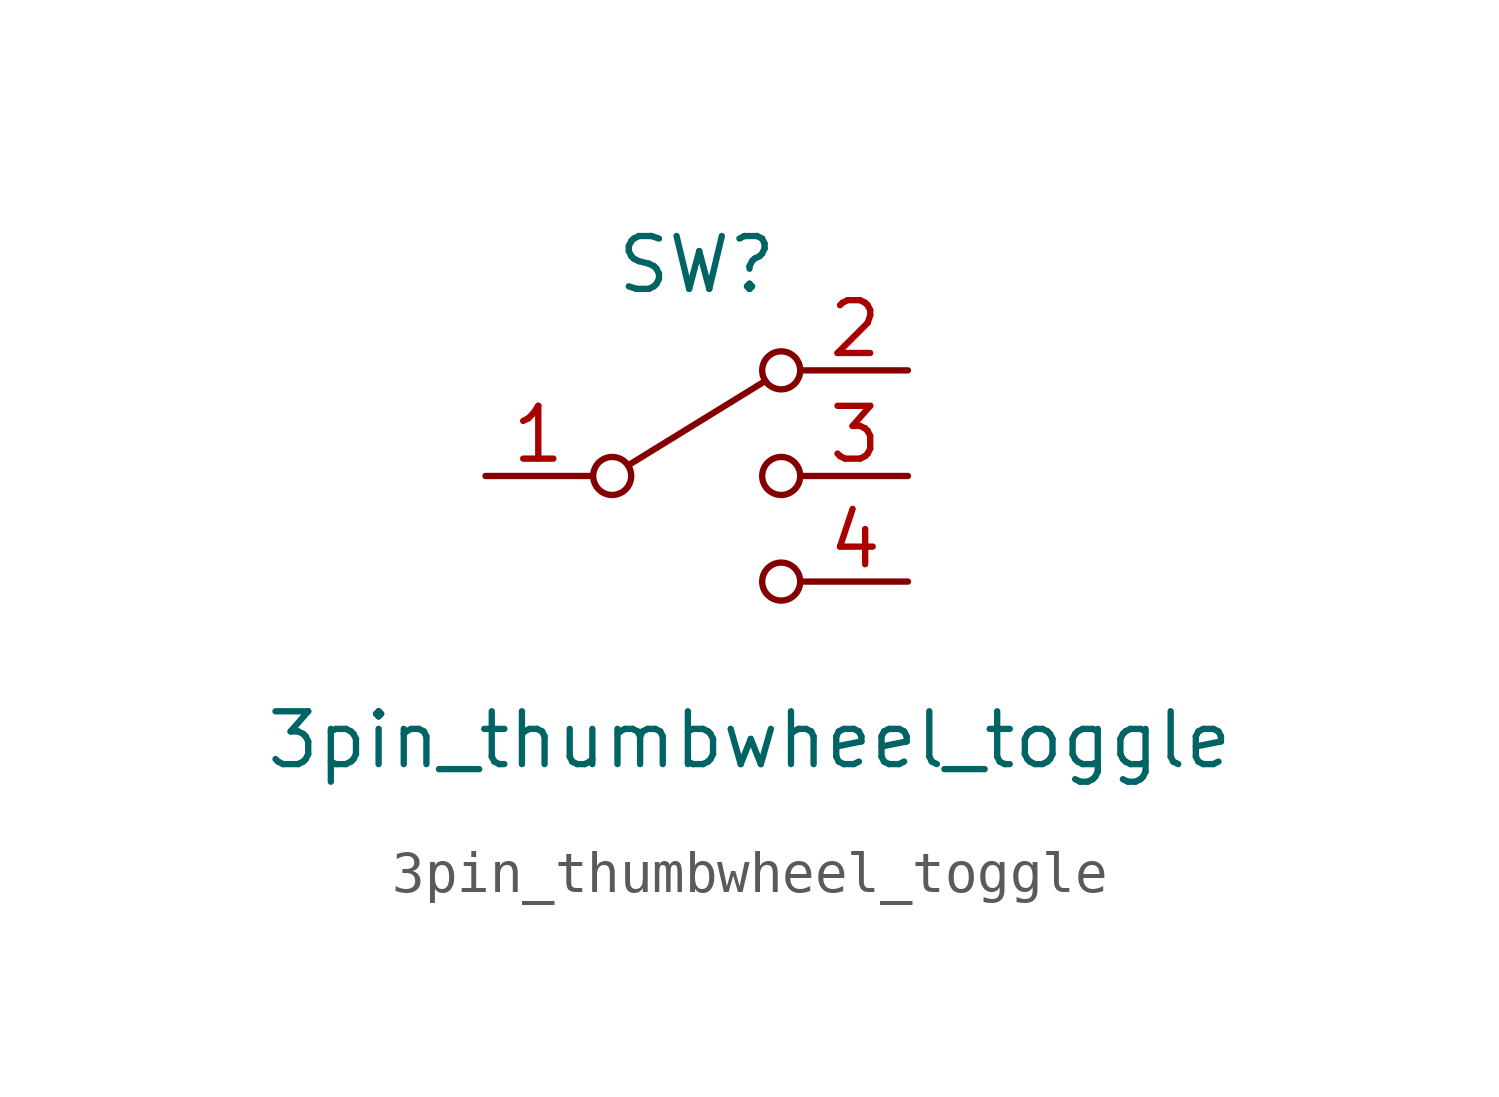
<source format=kicad_sym>
(kicad_symbol_lib
  (version 20211014)
  (generator kicad_symbol_editor)
  (symbol "3pin_thumbwheel_toggle"
    (pin_names
      (offset 0) hide)
    (property "Reference" "SW"
      (at 0 5.08 0)
      (effects (font (size 1.27 1.27))))
    (property "Value" "3pin_thumbwheel_toggle"
      (at 1.27 -6.35 0)
      (effects (font (size 1.27 1.27))))
    (symbol "3pin_thumbwheel_toggle_0_1"
      (circle (center -2.032 0) (radius 0.457) (stroke (width 0) (type default) (color 0 0 0 0)) (fill (type none)))
      (polyline (pts (xy -1.651 0.254) (xy 1.651 2.286)) (stroke (width 0) (type default) (color 0 0 0 0)) (fill (type none)))
      (circle (center 2.032 -2.54) (radius 0.457) (stroke (width 0) (type default) (color 0 0 0 0)) (fill (type none)))
      (circle (center 2.032 0) (radius 0.457) (stroke (width 0) (type default) (color 0 0 0 0)) (fill (type none)))
      (circle (center 2.032 2.54) (radius 0.457) (stroke (width 0) (type default) (color 0 0 0 0)) (fill (type none))))
    (symbol "3pin_thumbwheel_toggle_1_1"
      (pin passive line (at -5.08 0 0) (length 2.54) (name "1" (effects (font (size 1.27 1.27)))) (number "1" (effects (font (size 1.27 1.27)))))
      (pin passive line (at 5.08 2.54 180) (length 2.54) (name "2" (effects (font (size 1.27 1.27)))) (number "2" (effects (font (size 1.27 1.27)))))
      (pin passive line (at 5.08 0 180) (length 2.54) (name "3" (effects (font (size 1.27 1.27)))) (number "3" (effects (font (size 1.27 1.27)))))
      (pin passive line (at 5.08 -2.54 180) (length 2.54) (name "4" (effects (font (size 1.27 1.27)))) (number "4" (effects (font (size 1.27 1.27))))))))
</source>
